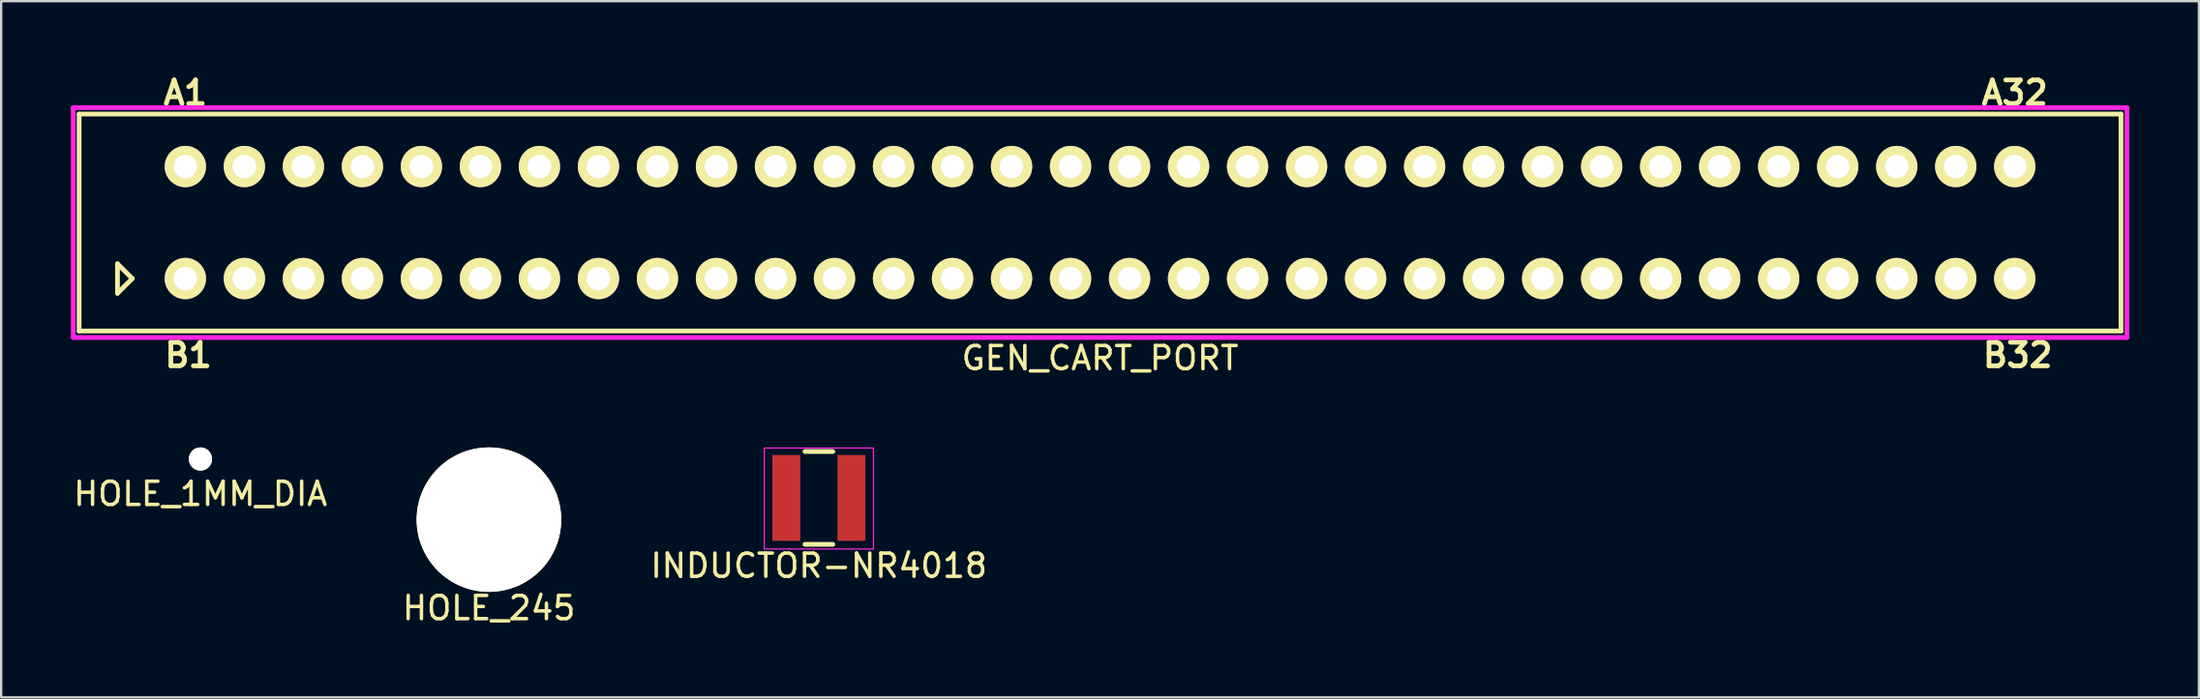
<source format=kicad_pcb>
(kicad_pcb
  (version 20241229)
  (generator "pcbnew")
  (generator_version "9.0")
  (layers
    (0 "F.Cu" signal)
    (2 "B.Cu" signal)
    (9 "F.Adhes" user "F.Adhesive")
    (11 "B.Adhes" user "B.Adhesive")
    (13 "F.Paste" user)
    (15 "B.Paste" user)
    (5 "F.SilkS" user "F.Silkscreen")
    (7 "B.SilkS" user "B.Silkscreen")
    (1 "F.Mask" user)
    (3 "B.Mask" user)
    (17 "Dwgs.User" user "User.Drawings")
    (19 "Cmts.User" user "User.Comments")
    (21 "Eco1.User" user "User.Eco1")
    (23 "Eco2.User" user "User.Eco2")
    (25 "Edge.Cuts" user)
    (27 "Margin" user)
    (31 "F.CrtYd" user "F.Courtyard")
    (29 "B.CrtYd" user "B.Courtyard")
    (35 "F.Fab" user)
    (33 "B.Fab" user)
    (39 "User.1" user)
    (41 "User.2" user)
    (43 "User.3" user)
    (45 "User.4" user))
  (footprint "GEN_CART_PORT"
    (layer "F.Cu")
    (at 44.298 6.539)
    (property "Reference" "GEN_CART_PORT" (at 0 5.842 0) (layer "F.SilkS") (effects (font (size 1 1) (thickness 0.15))))
    (attr through_hole)
    (fp_line (start -43.942 -4.674) (end 43.942 -4.674) (stroke (width 0.203) (type solid)) (layer "F.SilkS"))
    (fp_line (start -43.942 4.674) (end -43.942 -4.674) (stroke (width 0.203) (type solid)) (layer "F.SilkS"))
    (fp_line (start -42.291 1.778) (end -41.656 2.413) (stroke (width 0.203) (type solid)) (layer "F.SilkS"))
    (fp_line (start -42.291 3.048) (end -42.291 1.778) (stroke (width 0.203) (type solid)) (layer "F.SilkS"))
    (fp_line (start -41.656 2.413) (end -42.291 3.048) (stroke (width 0.203) (type solid)) (layer "F.SilkS"))
    (fp_line (start 43.942 -4.674) (end 43.942 4.674) (stroke (width 0.203) (type solid)) (layer "F.SilkS"))
    (fp_line (start 43.942 4.674) (end -43.942 4.674) (stroke (width 0.203) (type solid)) (layer "F.SilkS"))
    (fp_line (start -44.196 -4.953) (end 44.196 -4.953) (stroke (width 0.203) (type solid)) (layer "F.CrtYd"))
    (fp_line (start -44.196 4.953) (end -44.196 -4.953) (stroke (width 0.203) (type solid)) (layer "F.CrtYd"))
    (fp_line (start 44.196 -4.953) (end 44.196 4.953) (stroke (width 0.203) (type solid)) (layer "F.CrtYd"))
    (fp_line (start 44.196 4.953) (end -44.196 4.953) (stroke (width 0.203) (type solid)) (layer "F.CrtYd"))
    (fp_text user "A32" (at 39.37 -5.588 0) (layer "F.SilkS") (effects (font (size 1.016 1.016) (thickness 0.203))))
    (fp_text user "A1" (at -39.37 -5.588 0) (layer "F.SilkS") (effects (font (size 1.016 1.016) (thickness 0.203))))
    (fp_text user "B32" (at 39.497 5.715 0) (layer "F.SilkS") (effects (font (size 1.016 1.016) (thickness 0.203))))
    (fp_text user "B1" (at -39.243 5.715 0) (layer "F.SilkS") (effects (font (size 1.016 1.016) (thickness 0.203))))
    (pad "A1" thru_hole circle (at -39.37 -2.413) (size 1.778 1.778) (drill 1.016) (layers "*.Cu" "*.Mask" "F.SilkS"))
    (pad "A2" thru_hole circle (at -36.83 -2.413) (size 1.778 1.778) (drill 1.016) (layers "*.Cu" "*.Mask" "F.SilkS"))
    (pad "A3" thru_hole circle (at -34.29 -2.413) (size 1.778 1.778) (drill 1.016) (layers "*.Cu" "*.Mask" "F.SilkS"))
    (pad "A4" thru_hole circle (at -31.75 -2.413) (size 1.778 1.778) (drill 1.016) (layers "*.Cu" "*.Mask" "F.SilkS"))
    (pad "A5" thru_hole circle (at -29.21 -2.413) (size 1.778 1.778) (drill 1.016) (layers "*.Cu" "*.Mask" "F.SilkS"))
    (pad "A6" thru_hole circle (at -26.67 -2.413) (size 1.778 1.778) (drill 1.016) (layers "*.Cu" "*.Mask" "F.SilkS"))
    (pad "A7" thru_hole circle (at -24.13 -2.413) (size 1.778 1.778) (drill 1.016) (layers "*.Cu" "*.Mask" "F.SilkS"))
    (pad "A8" thru_hole circle (at -21.59 -2.413) (size 1.778 1.778) (drill 1.016) (layers "*.Cu" "*.Mask" "F.SilkS"))
    (pad "A9" thru_hole circle (at -19.05 -2.413) (size 1.778 1.778) (drill 1.016) (layers "*.Cu" "*.Mask" "F.SilkS"))
    (pad "A10" thru_hole circle (at -16.51 -2.413) (size 1.778 1.778) (drill 1.016) (layers "*.Cu" "*.Mask" "F.SilkS"))
    (pad "A11" thru_hole circle (at -13.97 -2.413) (size 1.778 1.778) (drill 1.016) (layers "*.Cu" "*.Mask" "F.SilkS"))
    (pad "A12" thru_hole circle (at -11.43 -2.413) (size 1.778 1.778) (drill 1.016) (layers "*.Cu" "*.Mask" "F.SilkS"))
    (pad "A13" thru_hole circle (at -8.89 -2.413) (size 1.778 1.778) (drill 1.016) (layers "*.Cu" "*.Mask" "F.SilkS"))
    (pad "A14" thru_hole circle (at -6.35 -2.413) (size 1.778 1.778) (drill 1.016) (layers "*.Cu" "*.Mask" "F.SilkS"))
    (pad "A15" thru_hole circle (at -3.81 -2.413) (size 1.778 1.778) (drill 1.016) (layers "*.Cu" "*.Mask" "F.SilkS"))
    (pad "A16" thru_hole circle (at -1.27 -2.413) (size 1.778 1.778) (drill 1.016) (layers "*.Cu" "*.Mask" "F.SilkS"))
    (pad "A17" thru_hole circle (at 1.27 -2.413) (size 1.778 1.778) (drill 1.016) (layers "*.Cu" "*.Mask" "F.SilkS"))
    (pad "A18" thru_hole circle (at 3.81 -2.413) (size 1.778 1.778) (drill 1.016) (layers "*.Cu" "*.Mask" "F.SilkS"))
    (pad "A19" thru_hole circle (at 6.35 -2.413) (size 1.778 1.778) (drill 1.016) (layers "*.Cu" "*.Mask" "F.SilkS"))
    (pad "A20" thru_hole circle (at 8.89 -2.413) (size 1.778 1.778) (drill 1.016) (layers "*.Cu" "*.Mask" "F.SilkS"))
    (pad "A21" thru_hole circle (at 11.43 -2.413) (size 1.778 1.778) (drill 1.016) (layers "*.Cu" "*.Mask" "F.SilkS"))
    (pad "A22" thru_hole circle (at 13.97 -2.413) (size 1.778 1.778) (drill 1.016) (layers "*.Cu" "*.Mask" "F.SilkS"))
    (pad "A23" thru_hole circle (at 16.51 -2.413) (size 1.778 1.778) (drill 1.016) (layers "*.Cu" "*.Mask" "F.SilkS"))
    (pad "A24" thru_hole circle (at 19.05 -2.413) (size 1.778 1.778) (drill 1.016) (layers "*.Cu" "*.Mask" "F.SilkS"))
    (pad "A25" thru_hole circle (at 21.59 -2.413) (size 1.778 1.778) (drill 1.016) (layers "*.Cu" "*.Mask" "F.SilkS"))
    (pad "A26" thru_hole circle (at 24.13 -2.413) (size 1.778 1.778) (drill 1.016) (layers "*.Cu" "*.Mask" "F.SilkS"))
    (pad "A27" thru_hole circle (at 26.67 -2.413) (size 1.778 1.778) (drill 1.016) (layers "*.Cu" "*.Mask" "F.SilkS"))
    (pad "A28" thru_hole circle (at 29.21 -2.413) (size 1.778 1.778) (drill 1.016) (layers "*.Cu" "*.Mask" "F.SilkS"))
    (pad "A29" thru_hole circle (at 31.75 -2.413) (size 1.778 1.778) (drill 1.016) (layers "*.Cu" "*.Mask" "F.SilkS"))
    (pad "A30" thru_hole circle (at 34.29 -2.413) (size 1.778 1.778) (drill 1.016) (layers "*.Cu" "*.Mask" "F.SilkS"))
    (pad "A31" thru_hole circle (at 36.83 -2.413) (size 1.778 1.778) (drill 1.016) (layers "*.Cu" "*.Mask" "F.SilkS"))
    (pad "A32" thru_hole circle (at 39.37 -2.413) (size 1.778 1.778) (drill 1.016) (layers "*.Cu" "*.Mask" "F.SilkS"))
    (pad "B1" thru_hole circle (at -39.37 2.413) (size 1.778 1.778) (drill 1.016) (layers "*.Cu" "*.Mask" "F.SilkS"))
    (pad "B2" thru_hole circle (at -36.83 2.413) (size 1.778 1.778) (drill 1.016) (layers "*.Cu" "*.Mask" "F.SilkS"))
    (pad "B3" thru_hole circle (at -34.29 2.413) (size 1.778 1.778) (drill 1.016) (layers "*.Cu" "*.Mask" "F.SilkS"))
    (pad "B4" thru_hole circle (at -31.75 2.413) (size 1.778 1.778) (drill 1.016) (layers "*.Cu" "*.Mask" "F.SilkS"))
    (pad "B5" thru_hole circle (at -29.21 2.413) (size 1.778 1.778) (drill 1.016) (layers "*.Cu" "*.Mask" "F.SilkS"))
    (pad "B6" thru_hole circle (at -26.67 2.413) (size 1.778 1.778) (drill 1.016) (layers "*.Cu" "*.Mask" "F.SilkS"))
    (pad "B7" thru_hole circle (at -24.13 2.413) (size 1.778 1.778) (drill 1.016) (layers "*.Cu" "*.Mask" "F.SilkS"))
    (pad "B8" thru_hole circle (at -21.59 2.413) (size 1.778 1.778) (drill 1.016) (layers "*.Cu" "*.Mask" "F.SilkS"))
    (pad "B9" thru_hole circle (at -19.05 2.413) (size 1.778 1.778) (drill 1.016) (layers "*.Cu" "*.Mask" "F.SilkS"))
    (pad "B10" thru_hole circle (at -16.51 2.413) (size 1.778 1.778) (drill 1.016) (layers "*.Cu" "*.Mask" "F.SilkS"))
    (pad "B11" thru_hole circle (at -13.97 2.413) (size 1.778 1.778) (drill 1.016) (layers "*.Cu" "*.Mask" "F.SilkS"))
    (pad "B12" thru_hole circle (at -11.43 2.413) (size 1.778 1.778) (drill 1.016) (layers "*.Cu" "*.Mask" "F.SilkS"))
    (pad "B13" thru_hole circle (at -8.89 2.413) (size 1.778 1.778) (drill 1.016) (layers "*.Cu" "*.Mask" "F.SilkS"))
    (pad "B14" thru_hole circle (at -6.35 2.413) (size 1.778 1.778) (drill 1.016) (layers "*.Cu" "*.Mask" "F.SilkS"))
    (pad "B15" thru_hole circle (at -3.81 2.413) (size 1.778 1.778) (drill 1.016) (layers "*.Cu" "*.Mask" "F.SilkS"))
    (pad "B16" thru_hole circle (at -1.27 2.413) (size 1.778 1.778) (drill 1.016) (layers "*.Cu" "*.Mask" "F.SilkS"))
    (pad "B17" thru_hole circle (at 1.27 2.413) (size 1.778 1.778) (drill 1.016) (layers "*.Cu" "*.Mask" "F.SilkS"))
    (pad "B18" thru_hole circle (at 3.81 2.413) (size 1.778 1.778) (drill 1.016) (layers "*.Cu" "*.Mask" "F.SilkS"))
    (pad "B19" thru_hole circle (at 6.35 2.413) (size 1.778 1.778) (drill 1.016) (layers "*.Cu" "*.Mask" "F.SilkS"))
    (pad "B20" thru_hole circle (at 8.89 2.413) (size 1.778 1.778) (drill 1.016) (layers "*.Cu" "*.Mask" "F.SilkS"))
    (pad "B21" thru_hole circle (at 11.43 2.413) (size 1.778 1.778) (drill 1.016) (layers "*.Cu" "*.Mask" "F.SilkS"))
    (pad "B22" thru_hole circle (at 13.97 2.413) (size 1.778 1.778) (drill 1.016) (layers "*.Cu" "*.Mask" "F.SilkS"))
    (pad "B23" thru_hole circle (at 16.51 2.413) (size 1.778 1.778) (drill 1.016) (layers "*.Cu" "*.Mask" "F.SilkS"))
    (pad "B24" thru_hole circle (at 19.05 2.413) (size 1.778 1.778) (drill 1.016) (layers "*.Cu" "*.Mask" "F.SilkS"))
    (pad "B25" thru_hole circle (at 21.59 2.413) (size 1.778 1.778) (drill 1.016) (layers "*.Cu" "*.Mask" "F.SilkS"))
    (pad "B26" thru_hole circle (at 24.13 2.413) (size 1.778 1.778) (drill 1.016) (layers "*.Cu" "*.Mask" "F.SilkS"))
    (pad "B27" thru_hole circle (at 26.67 2.413) (size 1.778 1.778) (drill 1.016) (layers "*.Cu" "*.Mask" "F.SilkS"))
    (pad "B28" thru_hole circle (at 29.21 2.413) (size 1.778 1.778) (drill 1.016) (layers "*.Cu" "*.Mask" "F.SilkS"))
    (pad "B29" thru_hole circle (at 31.75 2.413) (size 1.778 1.778) (drill 1.016) (layers "*.Cu" "*.Mask" "F.SilkS"))
    (pad "B30" thru_hole circle (at 34.29 2.413) (size 1.778 1.778) (drill 1.016) (layers "*.Cu" "*.Mask" "F.SilkS"))
    (pad "B31" thru_hole circle (at 36.83 2.413) (size 1.778 1.778) (drill 1.016) (layers "*.Cu" "*.Mask" "F.SilkS"))
    (pad "B32" thru_hole circle (at 39.37 2.413) (size 1.778 1.778) (drill 1.016) (layers "*.Cu" "*.Mask" "F.SilkS")))
  (footprint "HOLE_1MM_DIA"
    (layer "F.Cu")
    (at 5.577 16.729)
    (property "Reference" "HOLE_1MM_DIA" (at 0 1.5 0) (layer "F.SilkS") (effects (font (size 1 1) (thickness 0.15))))
    (attr through_hole)
    (pad "" np_thru_hole circle (at 0 0) (size 1 1) (drill 1) (layers "*.Cu" "*.Mask" "F.SilkS")))
  (footprint "INDUCTOR-NR4018"
    (layer "F.Cu")
    (at 32.196 18.405)
    (property "Reference" "INDUCTOR-NR4018" (at 0 2.921 0) (layer "F.SilkS") (effects (font (size 1 1) (thickness 0.15))))
    (attr through_hole)
    (fp_line (start -0.6 -2) (end 0.6 -2) (stroke (width 0.203) (type solid)) (layer "F.SilkS"))
    (fp_line (start -0.6 2) (end 0.6 2) (stroke (width 0.203) (type solid)) (layer "F.SilkS"))
    (fp_line (start -2.35 -2.15) (end 2.35 -2.15) (stroke (width 0.051) (type solid)) (layer "F.CrtYd"))
    (fp_line (start -2.35 2.2) (end -2.35 -2.15) (stroke (width 0.051) (type solid)) (layer "F.CrtYd"))
    (fp_line (start 2.35 -2.15) (end 2.35 2.2) (stroke (width 0.051) (type solid)) (layer "F.CrtYd"))
    (fp_line (start 2.35 2.2) (end -2.35 2.2) (stroke (width 0.051) (type solid)) (layer "F.CrtYd"))
    (pad "1" smd rect (at -1.4 0) (size 1.2 3.7) (layers "F.Cu" "F.Mask" "F.Paste"))
    (pad "2" smd rect (at 1.4 0) (size 1.2 3.7) (layers "F.Cu" "F.Mask" "F.Paste")))
  (footprint "HOLE_245"
    (layer "F.Cu")
    (at 17.994 19.341)
    (property "Reference" "HOLE_245" (at 0 3.81 0) (layer "F.SilkS") (effects (font (size 1 1) (thickness 0.15))))
    (attr through_hole)
    (pad "" np_thru_hole circle (at 0 0) (size 6.223 6.223) (drill 6.223) (layers "*.Cu" "*.Mask" "F.SilkS")))
  (gr_rect
    (start -3 -3)
    (end 91.595 26.999)
    (stroke (width 0.1) (type default))
    (fill no)
    (layer "Edge.Cuts")))
</source>
